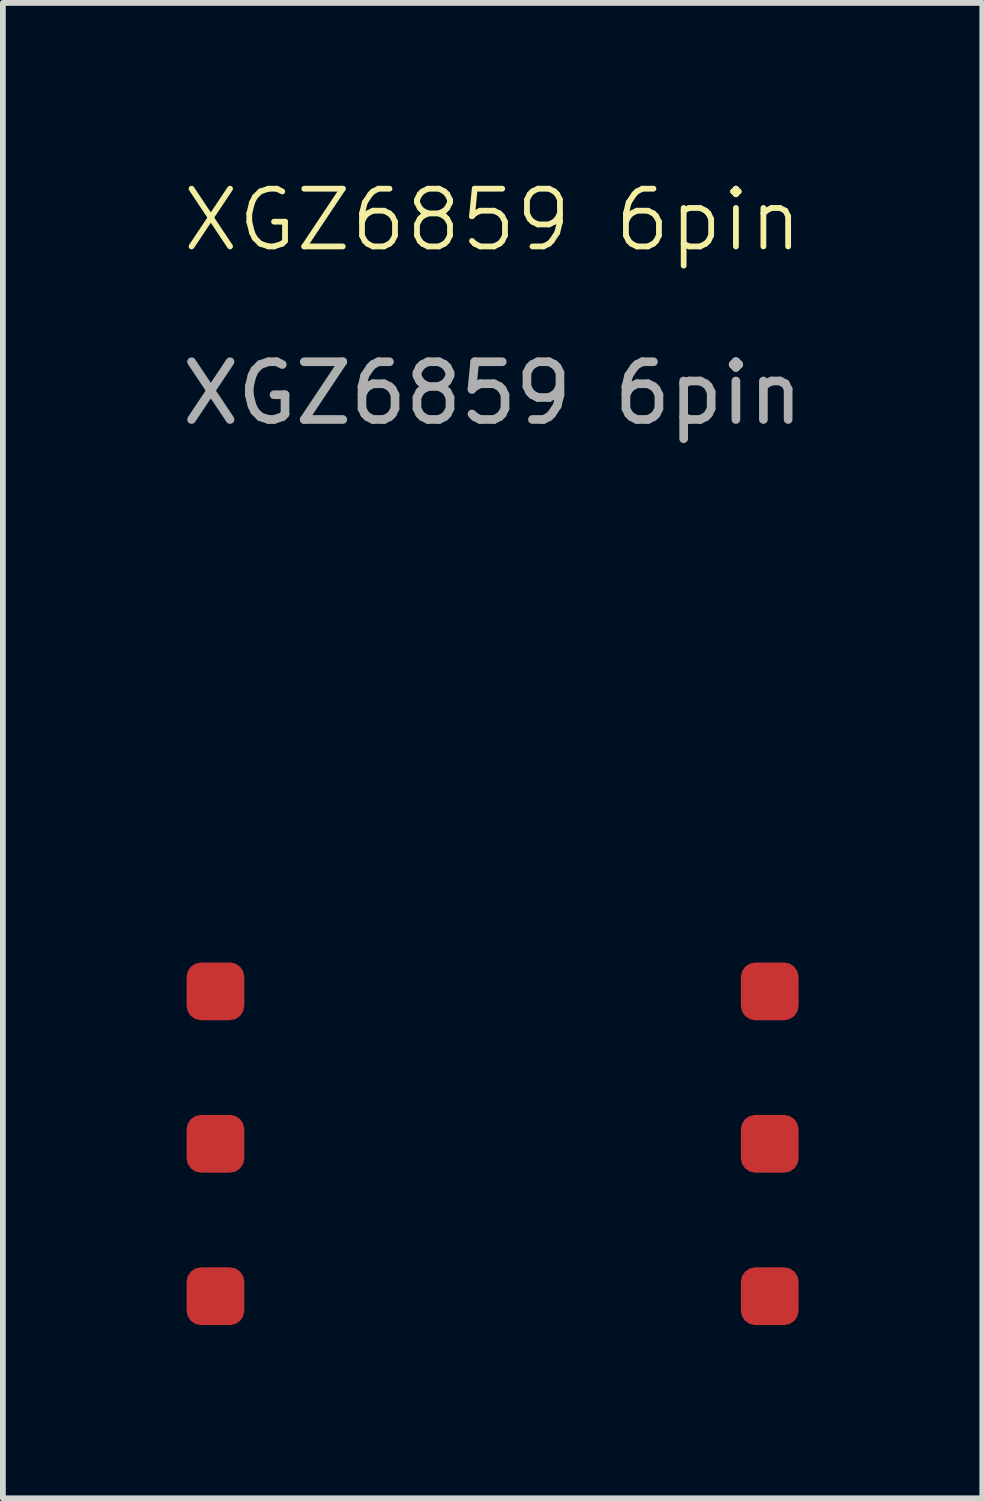
<source format=kicad_pcb>
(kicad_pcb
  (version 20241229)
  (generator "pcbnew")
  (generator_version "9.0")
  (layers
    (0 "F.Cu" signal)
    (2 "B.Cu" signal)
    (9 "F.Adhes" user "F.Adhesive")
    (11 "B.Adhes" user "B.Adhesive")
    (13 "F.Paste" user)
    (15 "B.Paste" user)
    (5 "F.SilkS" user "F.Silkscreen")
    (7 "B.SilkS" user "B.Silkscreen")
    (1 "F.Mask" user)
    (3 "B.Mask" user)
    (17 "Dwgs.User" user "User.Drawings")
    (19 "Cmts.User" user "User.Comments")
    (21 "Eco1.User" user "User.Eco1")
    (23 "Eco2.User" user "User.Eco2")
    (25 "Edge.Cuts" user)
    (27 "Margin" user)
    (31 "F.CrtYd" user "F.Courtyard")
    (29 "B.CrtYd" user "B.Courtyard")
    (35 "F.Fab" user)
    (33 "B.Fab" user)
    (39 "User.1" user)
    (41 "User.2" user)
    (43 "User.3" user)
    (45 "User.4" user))
  (footprint "XGZ6859 6pin"
    (layer "F.Cu")
    (at 5.482 16.761)
    (property "Reference" "XGZ6859 6pin" (at 0 -16 0) (unlocked yes) (layer "F.SilkS") (effects (font (size 1 1) (thickness 0.1))))
    (attr smd)
    (fp_text user "${REFERENCE}" (at 0 -13 0) (unlocked yes) (layer "F.Fab") (effects (font (size 1 1) (thickness 0.15))))
    (pad "1" smd roundrect (at -4.8 -2.64) (size 1 1) (layers "F.Cu" "F.Mask" "F.Paste") (roundrect_rratio 0.25))
    (pad "2" smd roundrect (at -4.8 0) (size 1 1) (layers "F.Cu" "F.Mask" "F.Paste") (roundrect_rratio 0.25))
    (pad "3" smd roundrect (at -4.8 2.64) (size 1 1) (layers "F.Cu" "F.Mask" "F.Paste") (roundrect_rratio 0.25))
    (pad "4" smd roundrect (at 4.8 2.64) (size 1 1) (layers "F.Cu" "F.Mask" "F.Paste") (roundrect_rratio 0.25))
    (pad "5" smd roundrect (at 4.8 0) (size 1 1) (layers "F.Cu" "F.Mask" "F.Paste") (roundrect_rratio 0.25))
    (pad "6" smd roundrect (at 4.8 -2.64) (size 1 1) (layers "F.Cu" "F.Mask" "F.Paste") (roundrect_rratio 0.25)))
  (gr_rect
    (start -3 -3)
    (end 13.964 22.901)
    (stroke (width 0.1) (type default))
    (fill no)
    (layer "Edge.Cuts")))
</source>
